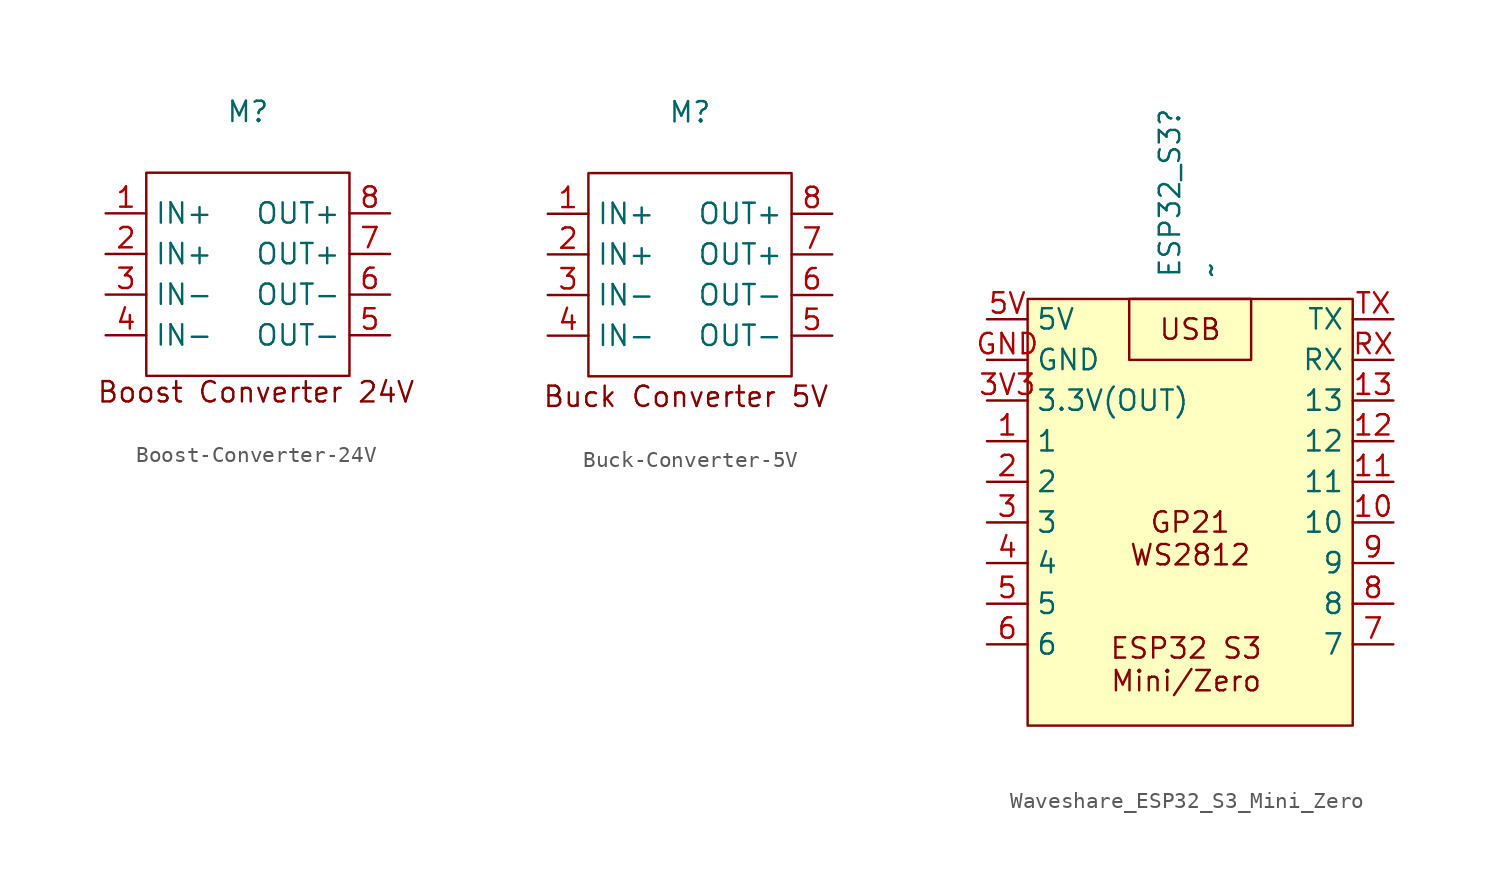
<source format=kicad_sym>
(kicad_symbol_lib
  (version 20241209)
  (generator "kicad_symbol_editor")
  (generator_version "9.0")
  (symbol "Boost-Converter-24V"
    (property "Reference" "M"
      (at 0 10.16 0)
      (effects (font (size 1.27 1.27))))
    (property "Value" ""
      (at 0 0 0)
      (effects (font (size 1.27 1.27))))
    (symbol "Boost-Converter-24V_0_1"
      (rectangle (start -6.35 6.35) (end 6.35 -6.35) (stroke (width 0) (type default)) (fill (type none))))
    (symbol "Boost-Converter-24V_1_1"
      (text "Boost Converter 24V\n" (at 0.508 -7.366 0) (effects (font (size 1.27 1.27))))
      (pin power_in line (at -8.89 3.81 0) (length 2.54) (name "IN+" (effects (font (size 1.27 1.27)))) (number "1" (effects (font (size 1.27 1.27)))))
      (pin power_in line (at -8.89 1.27 0) (length 2.54) (name "IN+" (effects (font (size 1.27 1.27)))) (number "2" (effects (font (size 1.27 1.27)))))
      (pin power_in line (at -8.89 -1.27 0) (length 2.54) (name "IN-" (effects (font (size 1.27 1.27)))) (number "3" (effects (font (size 1.27 1.27)))))
      (pin power_in line (at -8.89 -3.81 0) (length 2.54) (name "IN-" (effects (font (size 1.27 1.27)))) (number "4" (effects (font (size 1.27 1.27)))))
      (pin power_out line (at 8.89 3.81 180) (length 2.54) (name "OUT+" (effects (font (size 1.27 1.27)))) (number "8" (effects (font (size 1.27 1.27)))))
      (pin power_out line (at 8.89 1.27 180) (length 2.54) (name "OUT+" (effects (font (size 1.27 1.27)))) (number "7" (effects (font (size 1.27 1.27)))))
      (pin power_out line (at 8.89 -1.27 180) (length 2.54) (name "OUT-" (effects (font (size 1.27 1.27)))) (number "6" (effects (font (size 1.27 1.27)))))
      (pin power_out line (at 8.89 -3.81 180) (length 2.54) (name "OUT-" (effects (font (size 1.27 1.27)))) (number "5" (effects (font (size 1.27 1.27)))))))
  (symbol "Buck-Converter-5V"
    (property "Reference" "M"
      (at 0 10.16 0)
      (effects (font (size 1.27 1.27))))
    (property "Value" ""
      (at 0 0 0)
      (effects (font (size 1.27 1.27))))
    (symbol "Buck-Converter-5V_0_1"
      (rectangle (start -6.35 6.35) (end 6.35 -6.35) (stroke (width 0) (type default)) (fill (type none))))
    (symbol "Buck-Converter-5V_1_1"
      (text "Buck Converter 5V\n" (at -0.254 -7.62 0) (effects (font (size 1.27 1.27))))
      (pin power_in line (at -8.89 3.81 0) (length 2.54) (name "IN+" (effects (font (size 1.27 1.27)))) (number "1" (effects (font (size 1.27 1.27)))))
      (pin power_in line (at -8.89 1.27 0) (length 2.54) (name "IN+" (effects (font (size 1.27 1.27)))) (number "2" (effects (font (size 1.27 1.27)))))
      (pin power_in line (at -8.89 -1.27 0) (length 2.54) (name "IN-" (effects (font (size 1.27 1.27)))) (number "3" (effects (font (size 1.27 1.27)))))
      (pin power_in line (at -8.89 -3.81 0) (length 2.54) (name "IN-" (effects (font (size 1.27 1.27)))) (number "4" (effects (font (size 1.27 1.27)))))
      (pin power_out line (at 8.89 3.81 180) (length 2.54) (name "OUT+" (effects (font (size 1.27 1.27)))) (number "8" (effects (font (size 1.27 1.27)))))
      (pin power_out line (at 8.89 1.27 180) (length 2.54) (name "OUT+" (effects (font (size 1.27 1.27)))) (number "7" (effects (font (size 1.27 1.27)))))
      (pin power_out line (at 8.89 -1.27 180) (length 2.54) (name "OUT-" (effects (font (size 1.27 1.27)))) (number "6" (effects (font (size 1.27 1.27)))))
      (pin power_out line (at 8.89 -3.81 180) (length 2.54) (name "OUT-" (effects (font (size 1.27 1.27)))) (number "5" (effects (font (size 1.27 1.27)))))))
  (symbol "Waveshare_ESP32_S3_Mini_Zero"
    (property "Reference" "ESP32_S3"
      (at -1.27 24.13 90)
      (effects (font (size 1.27 1.27)) (justify left)))
    (property "Value" "~"
      (at 1.27 24.13 90)
      (effects (font (size 1.27 1.27)) (justify left)))
    (symbol "Waveshare_ESP32_S3_Mini_Zero_1_1"
      (rectangle (start -10.16 22.86) (end 10.16 -3.81) (stroke (width 0) (type default)) (fill (type background)))
      (text "ESP32 S3\nMini/Zero" (at -0.254 0 0) (effects (font (size 1.27 1.27))))
      (text "GP21\nWS2812" (at 0 7.874 0) (effects (font (size 1.27 1.27))))
      (text_box "USB" (at -3.81 22.86 0) (size 7.62 -3.81) (margins 1.016 1.016 1.016 1.016) (stroke (width 0) (type default)) (fill (type none)) (effects (font (size 1.27 1.27))))
      (pin power_out line (at -12.7 21.59 0) (length 2.54) (name "5V" (effects (font (size 1.27 1.27)))) (number "5V" (effects (font (size 1.27 1.27)))))
      (pin power_in line (at -12.7 19.05 0) (length 2.54) (name "GND" (effects (font (size 1.27 1.27)))) (number "GND" (effects (font (size 1.27 1.27)))))
      (pin power_out line (at -12.7 16.51 0) (length 2.54) (name "3.3V(OUT)" (effects (font (size 1.27 1.27)))) (number "3V3" (effects (font (size 1.27 1.27)))))
      (pin bidirectional line (at -12.7 13.97 0) (length 2.54) (name "1" (effects (font (size 1.27 1.27)))) (number "1" (effects (font (size 1.27 1.27)))))
      (pin bidirectional line (at -12.7 11.43 0) (length 2.54) (name "2" (effects (font (size 1.27 1.27)))) (number "2" (effects (font (size 1.27 1.27)))))
      (pin bidirectional line (at -12.7 8.89 0) (length 2.54) (name "3" (effects (font (size 1.27 1.27)))) (number "3" (effects (font (size 1.27 1.27)))))
      (pin bidirectional line (at -12.7 6.35 0) (length 2.54) (name "4" (effects (font (size 1.27 1.27)))) (number "4" (effects (font (size 1.27 1.27)))))
      (pin bidirectional line (at -12.7 3.81 0) (length 2.54) (name "5" (effects (font (size 1.27 1.27)))) (number "5" (effects (font (size 1.27 1.27)))))
      (pin bidirectional line (at -12.7 1.27 0) (length 2.54) (name "6" (effects (font (size 1.27 1.27)))) (number "6" (effects (font (size 1.27 1.27)))))
      (pin output line (at 12.7 21.59 180) (length 2.54) (name "TX" (effects (font (size 1.27 1.27)))) (number "TX" (effects (font (size 1.27 1.27)))))
      (pin input line (at 12.7 19.05 180) (length 2.54) (name "RX" (effects (font (size 1.27 1.27)))) (number "RX" (effects (font (size 1.27 1.27)))))
      (pin bidirectional line (at 12.7 16.51 180) (length 2.54) (name "13" (effects (font (size 1.27 1.27)))) (number "13" (effects (font (size 1.27 1.27)))))
      (pin bidirectional line (at 12.7 13.97 180) (length 2.54) (name "12" (effects (font (size 1.27 1.27)))) (number "12" (effects (font (size 1.27 1.27)))))
      (pin bidirectional line (at 12.7 11.43 180) (length 2.54) (name "11" (effects (font (size 1.27 1.27)))) (number "11" (effects (font (size 1.27 1.27)))))
      (pin bidirectional line (at 12.7 8.89 180) (length 2.54) (name "10" (effects (font (size 1.27 1.27)))) (number "10" (effects (font (size 1.27 1.27)))))
      (pin bidirectional line (at 12.7 6.35 180) (length 2.54) (name "9" (effects (font (size 1.27 1.27)))) (number "9" (effects (font (size 1.27 1.27)))))
      (pin bidirectional line (at 12.7 3.81 180) (length 2.54) (name "8" (effects (font (size 1.27 1.27)))) (number "8" (effects (font (size 1.27 1.27)))))
      (pin bidirectional line (at 12.7 1.27 180) (length 2.54) (name "7" (effects (font (size 1.27 1.27)))) (number "7" (effects (font (size 1.27 1.27))))))))
</source>
